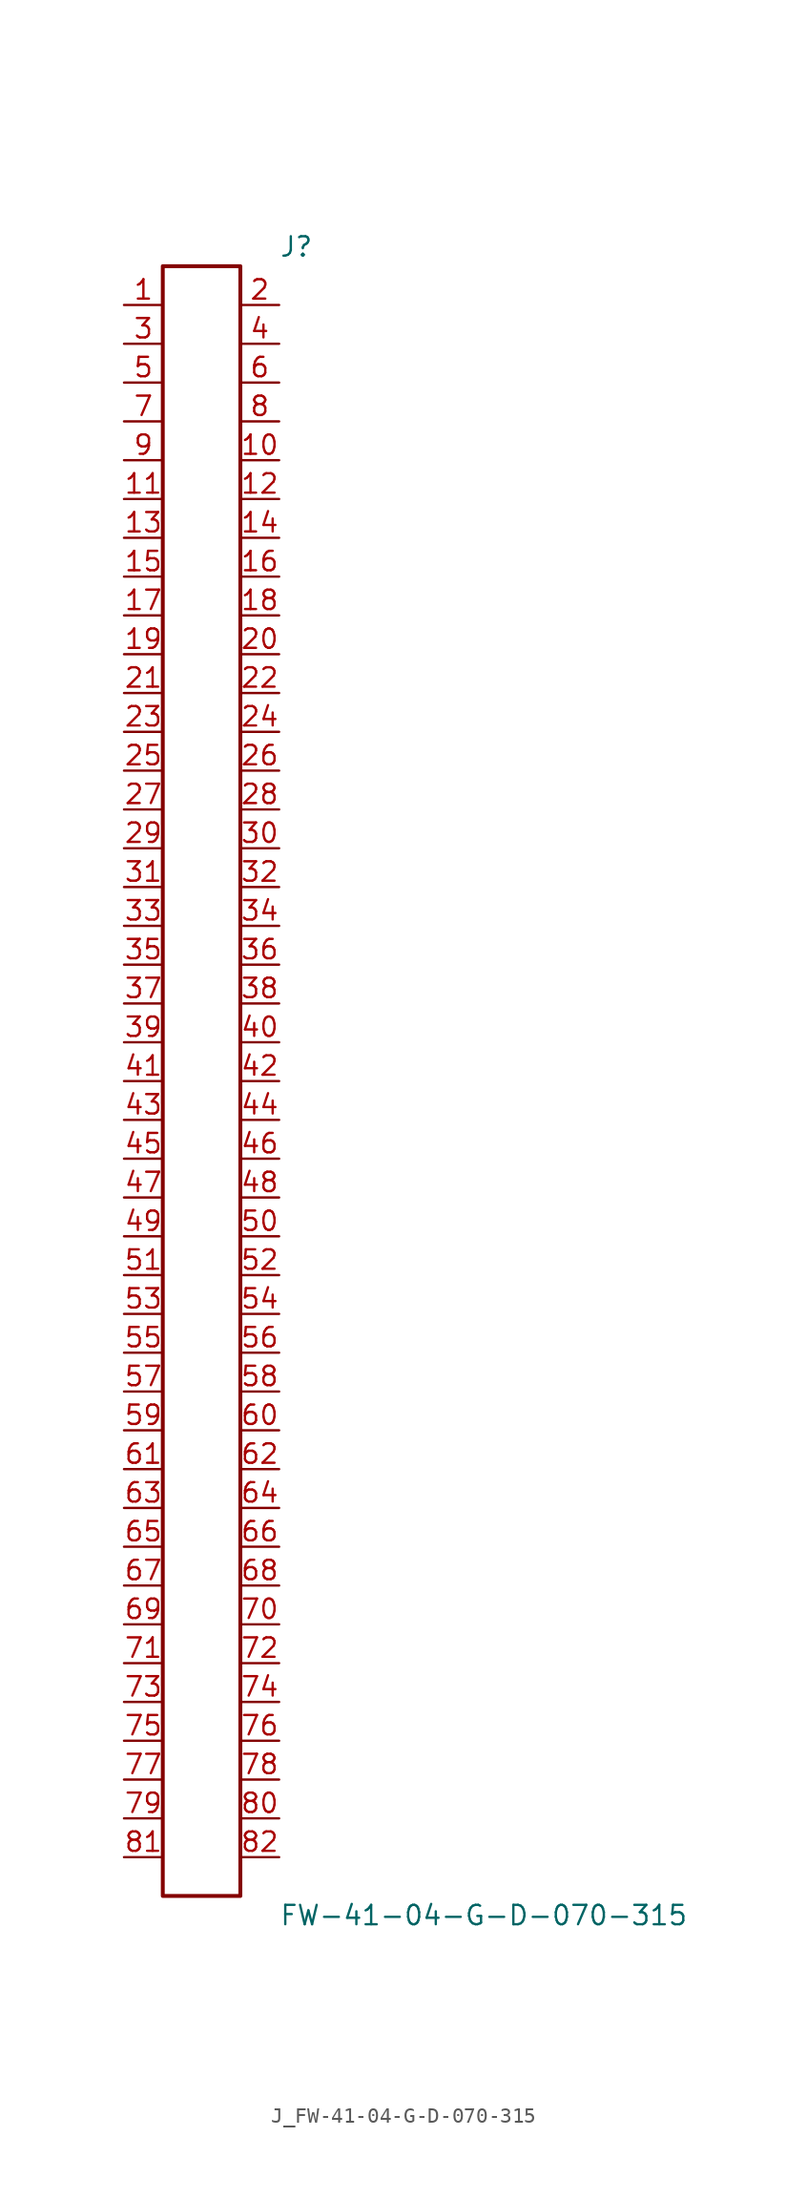
<source format=kicad_sym>
(kicad_symbol_lib
  (version 20231120)
  (generator kicad_symbol_editor)
  (generator_version 8.0)
  (symbol "J_FW-41-04-G-D-070-315"
    (pin_names
      (offset 0.254))
    (property "Reference" "J"
      (at 5.08 54.61 0)
      (effects (font (size 1.27 1.27)) (justify left)))
    (property "Value" "FW-41-04-G-D-070-315"
      (at 5.08 -54.61 0)
      (effects (font (size 1.27 1.27)) (justify left)))
    (symbol "J_FW-41-04-G-D-070-315_0_0"
      (pin passive line (at -5.08 50.8 0) (length 2.54) (name "" (effects (font (size 1.27 1.27)))) (number "1" (effects (font (size 1.27 1.27)))))
      (pin passive line (at 5.08 50.8 180) (length 2.54) (name "" (effects (font (size 1.27 1.27)))) (number "2" (effects (font (size 1.27 1.27)))))
      (pin passive line (at -5.08 48.26 0) (length 2.54) (name "" (effects (font (size 1.27 1.27)))) (number "3" (effects (font (size 1.27 1.27)))))
      (pin passive line (at 5.08 48.26 180) (length 2.54) (name "" (effects (font (size 1.27 1.27)))) (number "4" (effects (font (size 1.27 1.27)))))
      (pin passive line (at -5.08 45.72 0) (length 2.54) (name "" (effects (font (size 1.27 1.27)))) (number "5" (effects (font (size 1.27 1.27)))))
      (pin passive line (at 5.08 45.72 180) (length 2.54) (name "" (effects (font (size 1.27 1.27)))) (number "6" (effects (font (size 1.27 1.27)))))
      (pin passive line (at -5.08 43.18 0) (length 2.54) (name "" (effects (font (size 1.27 1.27)))) (number "7" (effects (font (size 1.27 1.27)))))
      (pin passive line (at 5.08 43.18 180) (length 2.54) (name "" (effects (font (size 1.27 1.27)))) (number "8" (effects (font (size 1.27 1.27)))))
      (pin passive line (at -5.08 40.64 0) (length 2.54) (name "" (effects (font (size 1.27 1.27)))) (number "9" (effects (font (size 1.27 1.27)))))
      (pin passive line (at 5.08 40.64 180) (length 2.54) (name "" (effects (font (size 1.27 1.27)))) (number "10" (effects (font (size 1.27 1.27)))))
      (pin passive line (at -5.08 38.1 0) (length 2.54) (name "" (effects (font (size 1.27 1.27)))) (number "11" (effects (font (size 1.27 1.27)))))
      (pin passive line (at 5.08 38.1 180) (length 2.54) (name "" (effects (font (size 1.27 1.27)))) (number "12" (effects (font (size 1.27 1.27)))))
      (pin passive line (at -5.08 35.56 0) (length 2.54) (name "" (effects (font (size 1.27 1.27)))) (number "13" (effects (font (size 1.27 1.27)))))
      (pin passive line (at 5.08 35.56 180) (length 2.54) (name "" (effects (font (size 1.27 1.27)))) (number "14" (effects (font (size 1.27 1.27)))))
      (pin passive line (at -5.08 33.02 0) (length 2.54) (name "" (effects (font (size 1.27 1.27)))) (number "15" (effects (font (size 1.27 1.27)))))
      (pin passive line (at 5.08 33.02 180) (length 2.54) (name "" (effects (font (size 1.27 1.27)))) (number "16" (effects (font (size 1.27 1.27)))))
      (pin passive line (at -5.08 30.48 0) (length 2.54) (name "" (effects (font (size 1.27 1.27)))) (number "17" (effects (font (size 1.27 1.27)))))
      (pin passive line (at 5.08 30.48 180) (length 2.54) (name "" (effects (font (size 1.27 1.27)))) (number "18" (effects (font (size 1.27 1.27)))))
      (pin passive line (at -5.08 27.94 0) (length 2.54) (name "" (effects (font (size 1.27 1.27)))) (number "19" (effects (font (size 1.27 1.27)))))
      (pin passive line (at 5.08 27.94 180) (length 2.54) (name "" (effects (font (size 1.27 1.27)))) (number "20" (effects (font (size 1.27 1.27)))))
      (pin passive line (at -5.08 25.4 0) (length 2.54) (name "" (effects (font (size 1.27 1.27)))) (number "21" (effects (font (size 1.27 1.27)))))
      (pin passive line (at 5.08 25.4 180) (length 2.54) (name "" (effects (font (size 1.27 1.27)))) (number "22" (effects (font (size 1.27 1.27)))))
      (pin passive line (at -5.08 22.86 0) (length 2.54) (name "" (effects (font (size 1.27 1.27)))) (number "23" (effects (font (size 1.27 1.27)))))
      (pin passive line (at 5.08 22.86 180) (length 2.54) (name "" (effects (font (size 1.27 1.27)))) (number "24" (effects (font (size 1.27 1.27)))))
      (pin passive line (at -5.08 20.32 0) (length 2.54) (name "" (effects (font (size 1.27 1.27)))) (number "25" (effects (font (size 1.27 1.27)))))
      (pin passive line (at 5.08 20.32 180) (length 2.54) (name "" (effects (font (size 1.27 1.27)))) (number "26" (effects (font (size 1.27 1.27)))))
      (pin passive line (at -5.08 17.78 0) (length 2.54) (name "" (effects (font (size 1.27 1.27)))) (number "27" (effects (font (size 1.27 1.27)))))
      (pin passive line (at 5.08 17.78 180) (length 2.54) (name "" (effects (font (size 1.27 1.27)))) (number "28" (effects (font (size 1.27 1.27)))))
      (pin passive line (at -5.08 15.24 0) (length 2.54) (name "" (effects (font (size 1.27 1.27)))) (number "29" (effects (font (size 1.27 1.27)))))
      (pin passive line (at 5.08 15.24 180) (length 2.54) (name "" (effects (font (size 1.27 1.27)))) (number "30" (effects (font (size 1.27 1.27)))))
      (pin passive line (at -5.08 12.7 0) (length 2.54) (name "" (effects (font (size 1.27 1.27)))) (number "31" (effects (font (size 1.27 1.27)))))
      (pin passive line (at 5.08 12.7 180) (length 2.54) (name "" (effects (font (size 1.27 1.27)))) (number "32" (effects (font (size 1.27 1.27)))))
      (pin passive line (at -5.08 10.16 0) (length 2.54) (name "" (effects (font (size 1.27 1.27)))) (number "33" (effects (font (size 1.27 1.27)))))
      (pin passive line (at 5.08 10.16 180) (length 2.54) (name "" (effects (font (size 1.27 1.27)))) (number "34" (effects (font (size 1.27 1.27)))))
      (pin passive line (at -5.08 7.62 0) (length 2.54) (name "" (effects (font (size 1.27 1.27)))) (number "35" (effects (font (size 1.27 1.27)))))
      (pin passive line (at 5.08 7.62 180) (length 2.54) (name "" (effects (font (size 1.27 1.27)))) (number "36" (effects (font (size 1.27 1.27)))))
      (pin passive line (at -5.08 5.08 0) (length 2.54) (name "" (effects (font (size 1.27 1.27)))) (number "37" (effects (font (size 1.27 1.27)))))
      (pin passive line (at 5.08 5.08 180) (length 2.54) (name "" (effects (font (size 1.27 1.27)))) (number "38" (effects (font (size 1.27 1.27)))))
      (pin passive line (at -5.08 2.54 0) (length 2.54) (name "" (effects (font (size 1.27 1.27)))) (number "39" (effects (font (size 1.27 1.27)))))
      (pin passive line (at 5.08 2.54 180) (length 2.54) (name "" (effects (font (size 1.27 1.27)))) (number "40" (effects (font (size 1.27 1.27)))))
      (pin passive line (at -5.08 0.0 0) (length 2.54) (name "" (effects (font (size 1.27 1.27)))) (number "41" (effects (font (size 1.27 1.27)))))
      (pin passive line (at 5.08 0.0 180) (length 2.54) (name "" (effects (font (size 1.27 1.27)))) (number "42" (effects (font (size 1.27 1.27)))))
      (pin passive line (at -5.08 -2.54 0) (length 2.54) (name "" (effects (font (size 1.27 1.27)))) (number "43" (effects (font (size 1.27 1.27)))))
      (pin passive line (at 5.08 -2.54 180) (length 2.54) (name "" (effects (font (size 1.27 1.27)))) (number "44" (effects (font (size 1.27 1.27)))))
      (pin passive line (at -5.08 -5.08 0) (length 2.54) (name "" (effects (font (size 1.27 1.27)))) (number "45" (effects (font (size 1.27 1.27)))))
      (pin passive line (at 5.08 -5.08 180) (length 2.54) (name "" (effects (font (size 1.27 1.27)))) (number "46" (effects (font (size 1.27 1.27)))))
      (pin passive line (at -5.08 -7.62 0) (length 2.54) (name "" (effects (font (size 1.27 1.27)))) (number "47" (effects (font (size 1.27 1.27)))))
      (pin passive line (at 5.08 -7.62 180) (length 2.54) (name "" (effects (font (size 1.27 1.27)))) (number "48" (effects (font (size 1.27 1.27)))))
      (pin passive line (at -5.08 -10.16 0) (length 2.54) (name "" (effects (font (size 1.27 1.27)))) (number "49" (effects (font (size 1.27 1.27)))))
      (pin passive line (at 5.08 -10.16 180) (length 2.54) (name "" (effects (font (size 1.27 1.27)))) (number "50" (effects (font (size 1.27 1.27)))))
      (pin passive line (at -5.08 -12.7 0) (length 2.54) (name "" (effects (font (size 1.27 1.27)))) (number "51" (effects (font (size 1.27 1.27)))))
      (pin passive line (at 5.08 -12.7 180) (length 2.54) (name "" (effects (font (size 1.27 1.27)))) (number "52" (effects (font (size 1.27 1.27)))))
      (pin passive line (at -5.08 -15.24 0) (length 2.54) (name "" (effects (font (size 1.27 1.27)))) (number "53" (effects (font (size 1.27 1.27)))))
      (pin passive line (at 5.08 -15.24 180) (length 2.54) (name "" (effects (font (size 1.27 1.27)))) (number "54" (effects (font (size 1.27 1.27)))))
      (pin passive line (at -5.08 -17.78 0) (length 2.54) (name "" (effects (font (size 1.27 1.27)))) (number "55" (effects (font (size 1.27 1.27)))))
      (pin passive line (at 5.08 -17.78 180) (length 2.54) (name "" (effects (font (size 1.27 1.27)))) (number "56" (effects (font (size 1.27 1.27)))))
      (pin passive line (at -5.08 -20.32 0) (length 2.54) (name "" (effects (font (size 1.27 1.27)))) (number "57" (effects (font (size 1.27 1.27)))))
      (pin passive line (at 5.08 -20.32 180) (length 2.54) (name "" (effects (font (size 1.27 1.27)))) (number "58" (effects (font (size 1.27 1.27)))))
      (pin passive line (at -5.08 -22.86 0) (length 2.54) (name "" (effects (font (size 1.27 1.27)))) (number "59" (effects (font (size 1.27 1.27)))))
      (pin passive line (at 5.08 -22.86 180) (length 2.54) (name "" (effects (font (size 1.27 1.27)))) (number "60" (effects (font (size 1.27 1.27)))))
      (pin passive line (at -5.08 -25.4 0) (length 2.54) (name "" (effects (font (size 1.27 1.27)))) (number "61" (effects (font (size 1.27 1.27)))))
      (pin passive line (at 5.08 -25.4 180) (length 2.54) (name "" (effects (font (size 1.27 1.27)))) (number "62" (effects (font (size 1.27 1.27)))))
      (pin passive line (at -5.08 -27.94 0) (length 2.54) (name "" (effects (font (size 1.27 1.27)))) (number "63" (effects (font (size 1.27 1.27)))))
      (pin passive line (at 5.08 -27.94 180) (length 2.54) (name "" (effects (font (size 1.27 1.27)))) (number "64" (effects (font (size 1.27 1.27)))))
      (pin passive line (at -5.08 -30.48 0) (length 2.54) (name "" (effects (font (size 1.27 1.27)))) (number "65" (effects (font (size 1.27 1.27)))))
      (pin passive line (at 5.08 -30.48 180) (length 2.54) (name "" (effects (font (size 1.27 1.27)))) (number "66" (effects (font (size 1.27 1.27)))))
      (pin passive line (at -5.08 -33.02 0) (length 2.54) (name "" (effects (font (size 1.27 1.27)))) (number "67" (effects (font (size 1.27 1.27)))))
      (pin passive line (at 5.08 -33.02 180) (length 2.54) (name "" (effects (font (size 1.27 1.27)))) (number "68" (effects (font (size 1.27 1.27)))))
      (pin passive line (at -5.08 -35.56 0) (length 2.54) (name "" (effects (font (size 1.27 1.27)))) (number "69" (effects (font (size 1.27 1.27)))))
      (pin passive line (at 5.08 -35.56 180) (length 2.54) (name "" (effects (font (size 1.27 1.27)))) (number "70" (effects (font (size 1.27 1.27)))))
      (pin passive line (at -5.08 -38.1 0) (length 2.54) (name "" (effects (font (size 1.27 1.27)))) (number "71" (effects (font (size 1.27 1.27)))))
      (pin passive line (at 5.08 -38.1 180) (length 2.54) (name "" (effects (font (size 1.27 1.27)))) (number "72" (effects (font (size 1.27 1.27)))))
      (pin passive line (at -5.08 -40.64 0) (length 2.54) (name "" (effects (font (size 1.27 1.27)))) (number "73" (effects (font (size 1.27 1.27)))))
      (pin passive line (at 5.08 -40.64 180) (length 2.54) (name "" (effects (font (size 1.27 1.27)))) (number "74" (effects (font (size 1.27 1.27)))))
      (pin passive line (at -5.08 -43.18 0) (length 2.54) (name "" (effects (font (size 1.27 1.27)))) (number "75" (effects (font (size 1.27 1.27)))))
      (pin passive line (at 5.08 -43.18 180) (length 2.54) (name "" (effects (font (size 1.27 1.27)))) (number "76" (effects (font (size 1.27 1.27)))))
      (pin passive line (at -5.08 -45.72 0) (length 2.54) (name "" (effects (font (size 1.27 1.27)))) (number "77" (effects (font (size 1.27 1.27)))))
      (pin passive line (at 5.08 -45.72 180) (length 2.54) (name "" (effects (font (size 1.27 1.27)))) (number "78" (effects (font (size 1.27 1.27)))))
      (pin passive line (at -5.08 -48.26 0) (length 2.54) (name "" (effects (font (size 1.27 1.27)))) (number "79" (effects (font (size 1.27 1.27)))))
      (pin passive line (at 5.08 -48.26 180) (length 2.54) (name "" (effects (font (size 1.27 1.27)))) (number "80" (effects (font (size 1.27 1.27)))))
      (pin passive line (at -5.08 -50.8 0) (length 2.54) (name "" (effects (font (size 1.27 1.27)))) (number "81" (effects (font (size 1.27 1.27)))))
      (pin passive line (at 5.08 -50.8 180) (length 2.54) (name "" (effects (font (size 1.27 1.27)))) (number "82" (effects (font (size 1.27 1.27))))))
    (symbol "J_FW-41-04-G-D-070-315_1_0"
      (rectangle (start -2.54 53.34) (end 2.54 -53.34) (stroke (width 0.254) (type solid)) (fill (type none))))))
</source>
